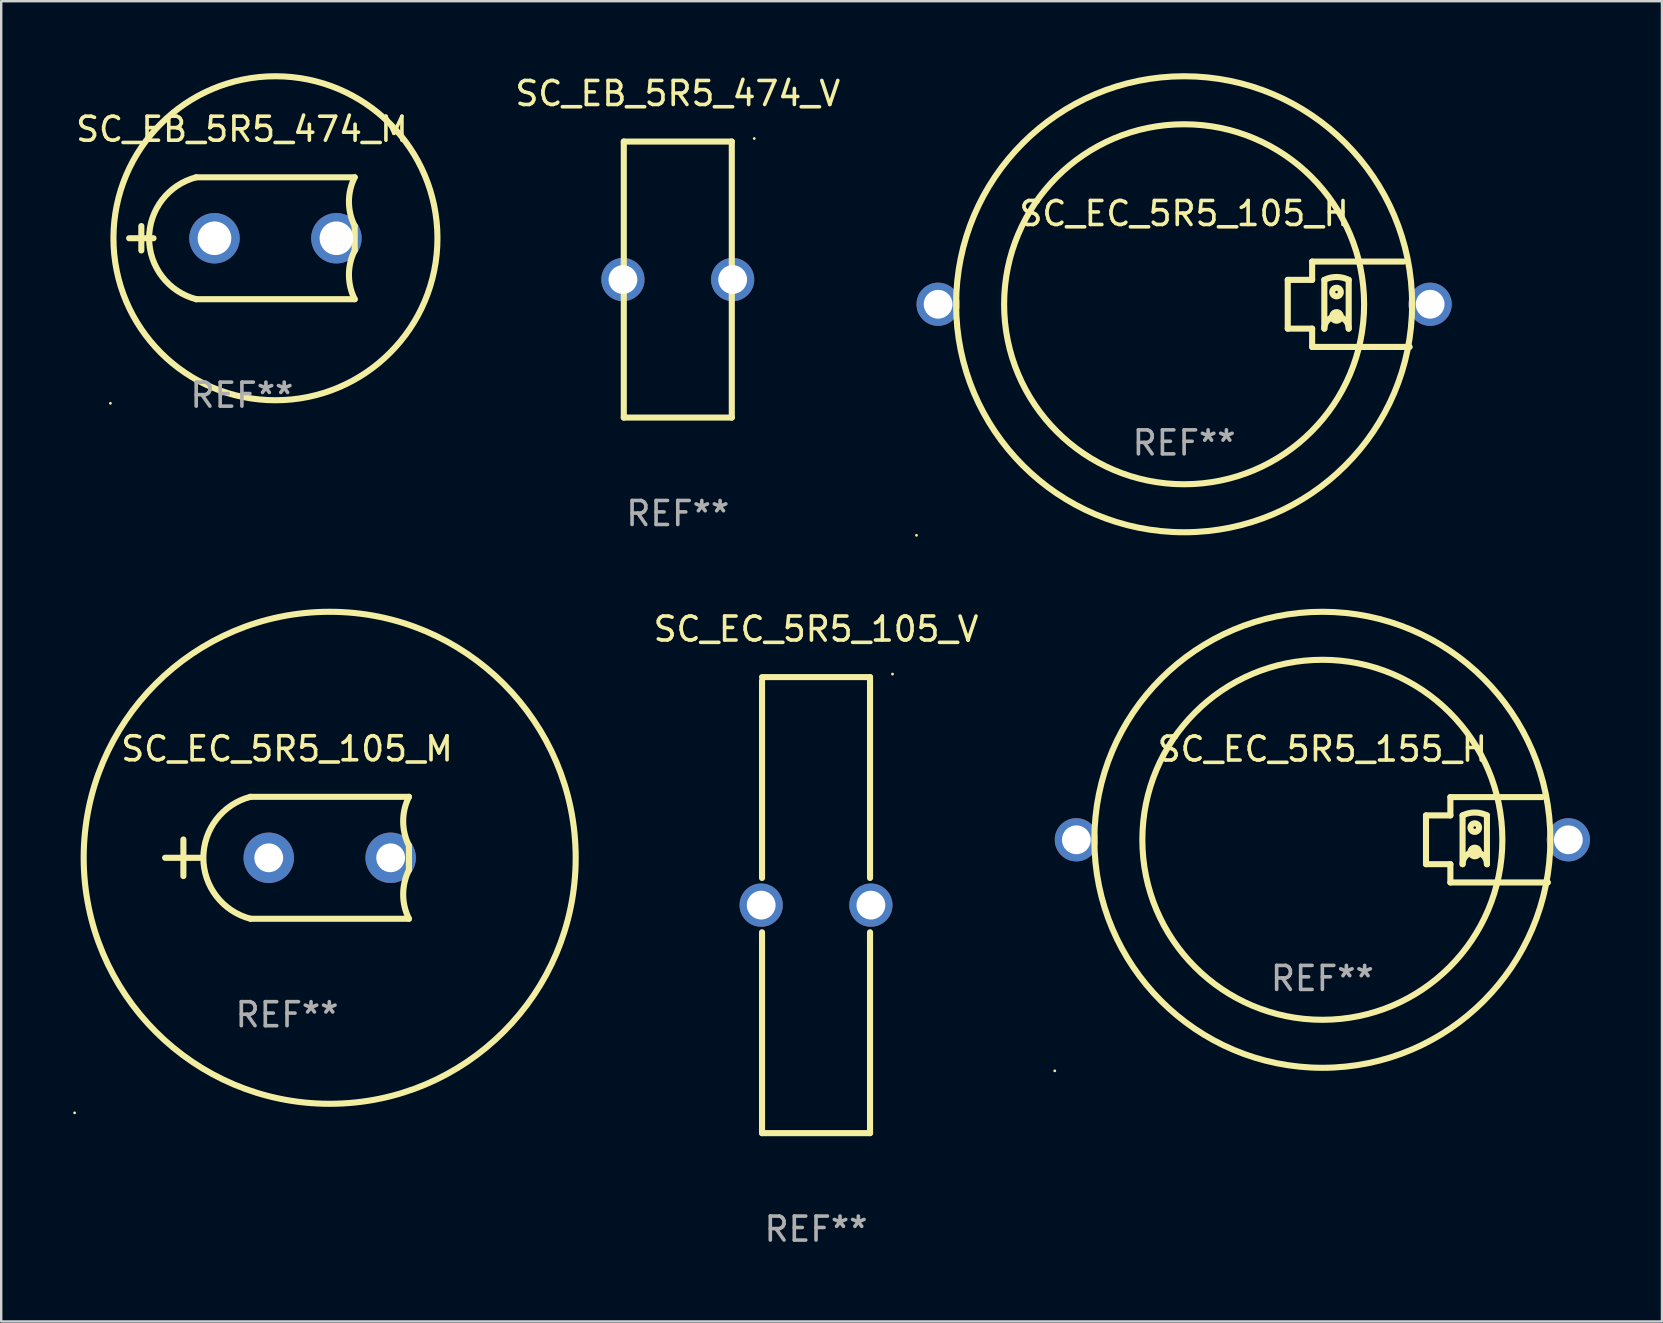
<source format=kicad_pcb>
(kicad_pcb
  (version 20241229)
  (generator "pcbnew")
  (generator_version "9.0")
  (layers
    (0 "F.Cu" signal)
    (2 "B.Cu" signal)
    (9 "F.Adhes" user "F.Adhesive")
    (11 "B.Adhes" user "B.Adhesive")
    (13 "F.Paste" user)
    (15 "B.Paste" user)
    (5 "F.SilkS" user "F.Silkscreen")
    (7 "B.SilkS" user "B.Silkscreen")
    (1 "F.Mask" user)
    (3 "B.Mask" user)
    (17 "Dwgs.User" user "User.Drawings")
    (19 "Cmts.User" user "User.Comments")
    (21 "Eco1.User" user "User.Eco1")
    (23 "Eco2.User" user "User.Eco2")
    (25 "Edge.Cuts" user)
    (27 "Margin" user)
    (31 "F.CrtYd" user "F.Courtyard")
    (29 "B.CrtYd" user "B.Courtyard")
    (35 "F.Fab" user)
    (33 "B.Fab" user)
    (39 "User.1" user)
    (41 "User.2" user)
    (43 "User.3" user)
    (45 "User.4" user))
  (footprint "SC_EC_5R5_105_H"
    (layer "F.Cu")
    (at 46.288 9.627)
    (property "Reference" "SC_EC_5R5_105_H" (at 0 -3.778 0) (layer "F.SilkS") (effects (font (size 1 1) (thickness 0.15))))
    (attr through_hole)
    (fp_line (start 4.318 -1.016) (end 5.334 -1.016) (stroke (width 0.254) (type solid)) (layer "F.SilkS"))
    (fp_line (start 4.318 1.016) (end 4.318 -1.016) (stroke (width 0.254) (type solid)) (layer "F.SilkS"))
    (fp_line (start 5.334 -1.778) (end 9.144 -1.778) (stroke (width 0.254) (type solid)) (layer "F.SilkS"))
    (fp_line (start 5.334 -1.016) (end 5.334 -1.778) (stroke (width 0.254) (type solid)) (layer "F.SilkS"))
    (fp_line (start 5.334 1.016) (end 4.318 1.016) (stroke (width 0.254) (type solid)) (layer "F.SilkS"))
    (fp_line (start 5.334 1.778) (end 5.334 1.016) (stroke (width 0.254) (type solid)) (layer "F.SilkS"))
    (fp_line (start 5.842 1.016) (end 5.842 -1.016) (stroke (width 0.254) (type solid)) (layer "F.SilkS"))
    (fp_line (start 6.857 1.016) (end 6.857 -1.016) (stroke (width 0.254) (type solid)) (layer "F.SilkS"))
    (fp_line (start 9.398 1.778) (end 5.334 1.778) (stroke (width 0.254) (type solid)) (layer "F.SilkS"))
    (fp_arc (start 5.841961 -1.016002) (mid 6.349962 -1.135925) (end 6.857963 -1.016002) (stroke (width 0.254001) (type solid)) (layer "F.SilkS"))
    (fp_arc (start 5.841961 1.016002) (mid 6.349962 0.508001) (end 6.857963 1.016002) (stroke (width 0.254001) (type solid)) (layer "F.SilkS"))
    (fp_circle (center -11.15 9.627) (end -11.12 9.627) (stroke (width 0.06) (type solid)) (fill no) (layer "F.SilkS"))
    (fp_circle (center -0.000127 0.000102) (end 7.5 0.000102) (stroke (width 0.254) (type solid)) (fill no) (layer "F.SilkS"))
    (fp_circle (center -0.000127 0.000102) (end 9.5 0.000102) (stroke (width 0.254) (type solid)) (fill no) (layer "F.SilkS"))
    (fp_circle (center 6.35 -0.508) (end 6.529 -0.508) (stroke (width 0.254) (type solid)) (fill no) (layer "F.SilkS"))
    (fp_circle (center 6.35 0.508) (end 6.529 0.508) (stroke (width 0.254) (type solid)) (fill no) (layer "F.SilkS"))
    (fp_text user "+" (at -7.112 -0.068 0) (layer "B.Mask") (effects (font (size 1 1) (thickness 0.15))))
    (fp_text user "REF**" (at 0 5.778 0) (layer "F.Fab") (effects (font (size 1 1) (thickness 0.15))))
    (pad "1" thru_hole circle (at -10.25 0.000102) (size 1.8 1.8) (drill 1.2) (layers "*.Cu" "*.Mask"))
    (pad "2" thru_hole circle (at 10.25 0.000102) (size 1.8 1.8) (drill 1.2) (layers "*.Cu" "*.Mask")))
  (footprint "SC_EC_5R5_105_V"
    (layer "F.Cu")
    (at 30.951 34.663)
    (property "Reference" "SC_EC_5R5_105_V" (at 0 -11.5 0) (layer "F.SilkS") (effects (font (size 1 1) (thickness 0.15))))
    (attr through_hole)
    (fp_line (start -2.25 -1.131) (end -2.25 -9.358) (stroke (width 0.254) (type solid)) (layer "F.SilkS"))
    (fp_line (start -2.25 9.5) (end -2.25 1.131) (stroke (width 0.254) (type solid)) (layer "F.SilkS"))
    (fp_line (start -2.25 9.5) (end 2.25 9.5) (stroke (width 0.254) (type solid)) (layer "F.SilkS"))
    (fp_line (start 2.25 -9.5) (end -2.25 -9.5) (stroke (width 0.254) (type solid)) (layer "F.SilkS"))
    (fp_line (start 2.25 -9.5) (end 2.25 -1.131) (stroke (width 0.254) (type solid)) (layer "F.SilkS"))
    (fp_line (start 2.25 1.131) (end 2.25 9.5) (stroke (width 0.254) (type solid)) (layer "F.SilkS"))
    (fp_circle (center 3.186 -9.627) (end 3.216 -9.627) (stroke (width 0.06) (type solid)) (fill no) (layer "F.SilkS"))
    (fp_text user "+" (at 0.254 -1.455 0) (layer "B.Mask") (effects (font (size 1 1) (thickness 0.15))))
    (fp_text user "REF**" (at 0 13.5 0) (layer "F.Fab") (effects (font (size 1 1) (thickness 0.15))))
    (pad "1" thru_hole circle (at 2.286 0) (size 1.8 1.8) (drill 1.2) (layers "*.Cu" "*.Mask"))
    (pad "2" thru_hole circle (at -2.286 0) (size 1.8 1.8) (drill 1.2) (layers "*.Cu" "*.Mask")))
  (footprint "SC_EC_5R5_155_H"
    (layer "F.Cu")
    (at 52.048 31.941)
    (property "Reference" "SC_EC_5R5_155_H" (at 0 -3.778 0) (layer "F.SilkS") (effects (font (size 1 1) (thickness 0.15))))
    (attr through_hole)
    (fp_line (start 4.318 -1.016) (end 5.334 -1.016) (stroke (width 0.254) (type solid)) (layer "F.SilkS"))
    (fp_line (start 4.318 1.016) (end 4.318 -1.016) (stroke (width 0.254) (type solid)) (layer "F.SilkS"))
    (fp_line (start 5.334 -1.778) (end 9.144 -1.778) (stroke (width 0.254) (type solid)) (layer "F.SilkS"))
    (fp_line (start 5.334 -1.016) (end 5.334 -1.778) (stroke (width 0.254) (type solid)) (layer "F.SilkS"))
    (fp_line (start 5.334 1.016) (end 4.318 1.016) (stroke (width 0.254) (type solid)) (layer "F.SilkS"))
    (fp_line (start 5.334 1.778) (end 5.334 1.016) (stroke (width 0.254) (type solid)) (layer "F.SilkS"))
    (fp_line (start 5.842 1.016) (end 5.842 -1.016) (stroke (width 0.254) (type solid)) (layer "F.SilkS"))
    (fp_line (start 6.857 1.016) (end 6.857 -1.016) (stroke (width 0.254) (type solid)) (layer "F.SilkS"))
    (fp_line (start 9.398 1.778) (end 5.334 1.778) (stroke (width 0.254) (type solid)) (layer "F.SilkS"))
    (fp_arc (start 5.841961 -1.016002) (mid 6.349962 -1.135925) (end 6.857963 -1.016002) (stroke (width 0.254001) (type solid)) (layer "F.SilkS"))
    (fp_arc (start 5.841961 1.016002) (mid 6.349962 0.508001) (end 6.857963 1.016002) (stroke (width 0.254001) (type solid)) (layer "F.SilkS"))
    (fp_circle (center -11.15 9.627) (end -11.12 9.627) (stroke (width 0.06) (type solid)) (fill no) (layer "F.SilkS"))
    (fp_circle (center -0.000127 0.000102) (end 7.5 0.000102) (stroke (width 0.254) (type solid)) (fill no) (layer "F.SilkS"))
    (fp_circle (center -0.000127 0.000102) (end 9.5 0.000102) (stroke (width 0.254) (type solid)) (fill no) (layer "F.SilkS"))
    (fp_circle (center 6.35 -0.508) (end 6.529 -0.508) (stroke (width 0.254) (type solid)) (fill no) (layer "F.SilkS"))
    (fp_circle (center 6.35 0.508) (end 6.529 0.508) (stroke (width 0.254) (type solid)) (fill no) (layer "F.SilkS"))
    (fp_text user "+" (at -7.112 -0.068 0) (layer "B.Mask") (effects (font (size 1 1) (thickness 0.15))))
    (fp_text user "REF**" (at 0 5.778 0) (layer "F.Fab") (effects (font (size 1 1) (thickness 0.15))))
    (pad "1" thru_hole circle (at -10.25 0.000102) (size 1.8 1.8) (drill 1.2) (layers "*.Cu" "*.Mask"))
    (pad "2" thru_hole circle (at 10.25 0.000102) (size 1.8 1.8) (drill 1.2) (layers "*.Cu" "*.Mask")))
  (footprint "SC_EB_5R5_474_M"
    (layer "F.Cu")
    (at 7.03 6.877)
    (property "Reference" "SC_EB_5R5_474_M" (at 0 -4.54 0) (layer "F.SilkS") (effects (font (size 1 1) (thickness 0.15))))
    (attr through_hole)
    (fp_line (start -4.699 0) (end -3.683 0) (stroke (width 0.254) (type solid)) (layer "F.SilkS"))
    (fp_line (start -4.191 0.508) (end -4.191 -0.508) (stroke (width 0.254) (type solid)) (layer "F.SilkS"))
    (fp_line (start -1.905 -2.54) (end 4.699 -2.54) (stroke (width 0.254) (type solid)) (layer "F.SilkS"))
    (fp_line (start -1.905 2.54) (end 4.699 2.54) (stroke (width 0.254) (type solid)) (layer "F.SilkS"))
    (fp_line (start 4.699 -0.508) (end 4.699 0.508) (stroke (width 0.254) (type solid)) (layer "F.SilkS"))
    (fp_arc (start -1.905004 2.540005) (mid -3.867156 0) (end -1.905003 -2.540005) (stroke (width 0.254001) (type solid)) (layer "F.SilkS"))
    (fp_arc (start 4.699009 -0.508001) (mid 4.459163 -1.524003) (end 4.699009 -2.540005) (stroke (width 0.254001) (type solid)) (layer "F.SilkS"))
    (fp_arc (start 4.699009 2.540005) (mid 4.459163 1.524003) (end 4.699009 0.508001) (stroke (width 0.254001) (type solid)) (layer "F.SilkS"))
    (fp_circle (center -5.48 6.877) (end -5.45 6.877) (stroke (width 0.06) (type solid)) (fill no) (layer "F.SilkS"))
    (fp_circle (center 1.397 0) (end 8.147 0) (stroke (width 0.254) (type solid)) (fill no) (layer "F.SilkS"))
    (fp_text user "REF**" (at 0 6.54 0) (layer "F.Fab") (effects (font (size 1 1) (thickness 0.15))))
    (pad "1" thru_hole circle (at -1.143 0) (size 2.1 2.1) (drill 1.4) (layers "*.Cu" "*.Mask"))
    (pad "2" thru_hole circle (at 3.937 0) (size 2.1 2.1) (drill 1.4) (layers "*.Cu" "*.Mask")))
  (footprint "SC_EC_5R5_105_M"
    (layer "F.Cu")
    (at 8.909 32.691)
    (property "Reference" "SC_EC_5R5_105_M" (at 0 -4.54 0) (layer "F.SilkS") (effects (font (size 1 1) (thickness 0.15))))
    (attr through_hole)
    (fp_line (start -4.318 0.762) (end -4.318 -0.762) (stroke (width 0.254) (type solid)) (layer "F.SilkS"))
    (fp_line (start -3.556 0) (end -5.08 0) (stroke (width 0.254) (type solid)) (layer "F.SilkS"))
    (fp_line (start -1.524 -2.54) (end 5.08 -2.54) (stroke (width 0.254) (type solid)) (layer "F.SilkS"))
    (fp_line (start -1.524 2.54) (end 5.08 2.54) (stroke (width 0.254) (type solid)) (layer "F.SilkS"))
    (fp_line (start 5.08 -0.508) (end 5.08 0.508) (stroke (width 0.254) (type solid)) (layer "F.SilkS"))
    (fp_arc (start -1.524016 2.540005) (mid -3.486168 0) (end -1.524015 -2.540005) (stroke (width 0.254001) (type solid)) (layer "F.SilkS"))
    (fp_arc (start 5.079997 -0.508) (mid 4.840151 -1.524003) (end 5.079997 -2.540005) (stroke (width 0.254001) (type solid)) (layer "F.SilkS"))
    (fp_arc (start 5.079997 2.540006) (mid 4.840151 1.524003) (end 5.079997 0.508001) (stroke (width 0.254001) (type solid)) (layer "F.SilkS"))
    (fp_circle (center -8.849 10.627) (end -8.819 10.627) (stroke (width 0.06) (type solid)) (fill no) (layer "F.SilkS"))
    (fp_circle (center 1.778 0) (end 12.028 0) (stroke (width 0.254) (type solid)) (fill no) (layer "F.SilkS"))
    (fp_text user "REF**" (at 0 6.54 0) (layer "F.Fab") (effects (font (size 1 1) (thickness 0.15))))
    (pad "1" thru_hole circle (at -0.762 0) (size 2.1 2.1) (drill 1.2) (layers "*.Cu" "*.Mask"))
    (pad "2" thru_hole circle (at 4.318 0) (size 2.1 2.1) (drill 1.2) (layers "*.Cu" "*.Mask")))
  (footprint "SC_EB_5R5_474_V"
    (layer "F.Cu")
    (at 25.191 8.598)
    (property "Reference" "SC_EB_5R5_474_V" (at 0 -7.75 0) (layer "F.SilkS") (effects (font (size 1 1) (thickness 0.15))))
    (attr through_hole)
    (fp_line (start -2.25 -5.75) (end -2.25 5.75) (stroke (width 0.254) (type solid)) (layer "F.SilkS"))
    (fp_line (start -2.25 5.75) (end 2.25 5.75) (stroke (width 0.254) (type solid)) (layer "F.SilkS"))
    (fp_line (start 2.25 -5.75) (end -2.25 -5.75) (stroke (width 0.254) (type solid)) (layer "F.SilkS"))
    (fp_line (start 2.25 5.75) (end 2.25 -5.75) (stroke (width 0.254) (type solid)) (layer "F.SilkS"))
    (fp_circle (center 3.186 -5.877) (end 3.216 -5.877) (stroke (width 0.06) (type solid)) (fill no) (layer "F.SilkS"))
    (fp_text user "+" (at 0.254 -1.455 0) (layer "B.Mask") (effects (font (size 1 1) (thickness 0.15))))
    (fp_text user "REF**" (at 0 9.75 0) (layer "F.Fab") (effects (font (size 1 1) (thickness 0.15))))
    (pad "1" thru_hole circle (at 2.286 0) (size 1.8 1.8) (drill 1.2) (layers "*.Cu" "*.Mask"))
    (pad "2" thru_hole circle (at -2.286 0) (size 1.8 1.8) (drill 1.2) (layers "*.Cu" "*.Mask")))
  (gr_rect
    (start -3 -3)
    (end 66.198 52.011)
    (stroke (width 0.1) (type default))
    (fill no)
    (layer "Edge.Cuts")))
</source>
